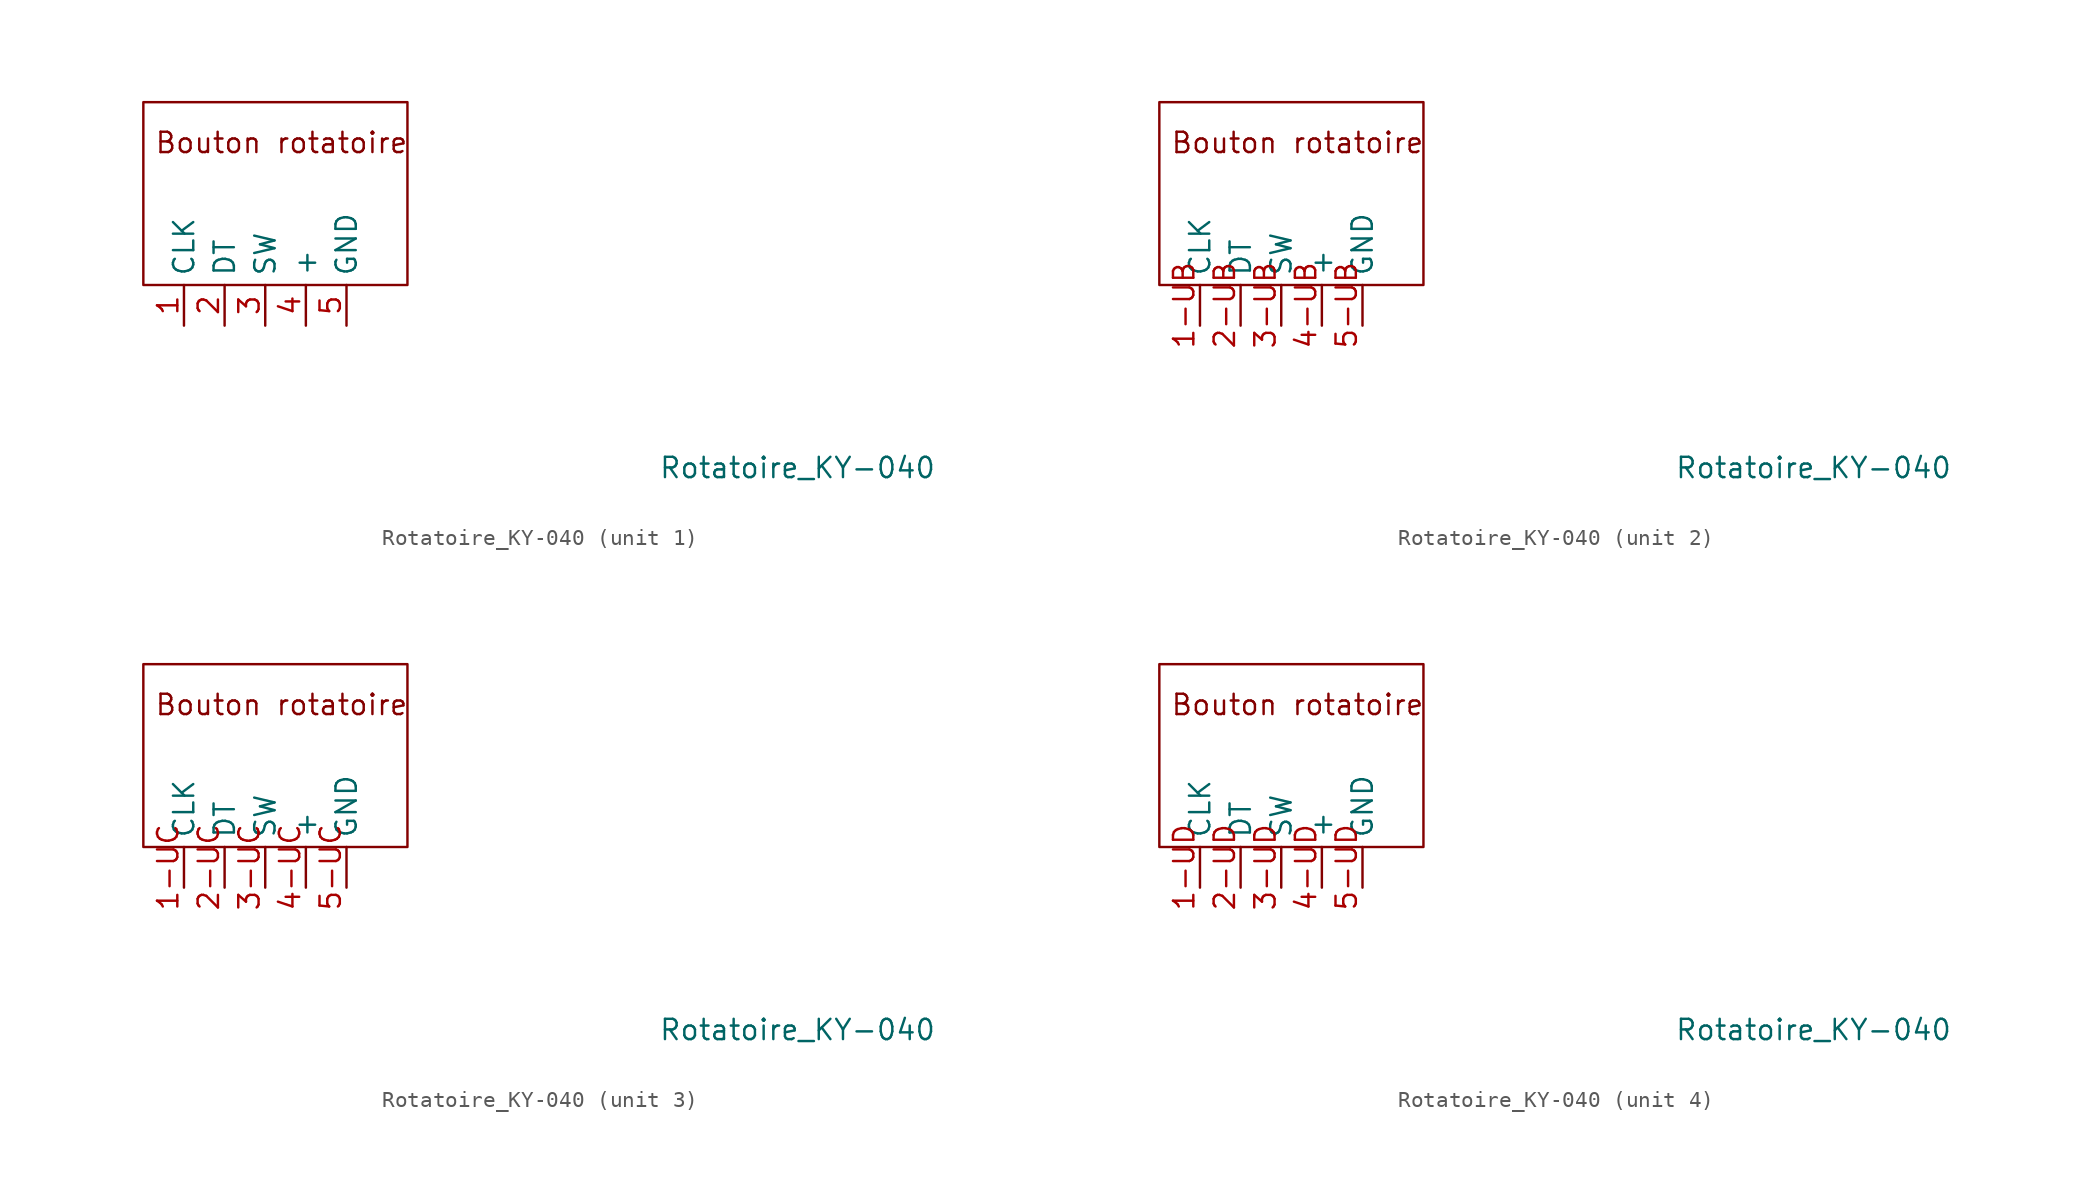
<source format=kicad_sym>
(kicad_symbol_lib
  (version 20241209)
  (generator "kicad_symbol_editor")
  (generator_version "9.0")
  (symbol "Rotatoire_KY-040"
    (property "Reference" ""
      (at 3.81 6.35 0)
      (effects (font (size 1.27 1.27)) (hide yes)))
    (property "Value" "Rotatoire_KY-040"
      (at 34.544 -20.32 0)
      (effects (font (size 1.27 1.27))))
    (symbol "Rotatoire_KY-040_0_1"
      (rectangle (start -6.35 2.54) (end 10.16 -8.89) (stroke (width 0) (type default)) (fill (type none)))
      (text "Bouton rotatoire" (at 2.286 0 0) (effects (font (size 1.27 1.27)))))
    (symbol "Rotatoire_KY-040_1_1"
      (pin input line (at -3.81 -11.43 90) (length 2.54) (name "CLK" (effects (font (size 1.27 1.27)))) (number "1" (effects (font (size 1.27 1.27)))))
      (pin input line (at -1.27 -11.43 90) (length 2.54) (name "DT" (effects (font (size 1.27 1.27)))) (number "2" (effects (font (size 1.27 1.27)))))
      (pin input line (at 1.27 -11.43 90) (length 2.54) (name "SW" (effects (font (size 1.27 1.27)))) (number "3" (effects (font (size 1.27 1.27)))))
      (pin input line (at 3.81 -11.43 90) (length 2.54) (name "+" (effects (font (size 1.27 1.27)))) (number "4" (effects (font (size 1.27 1.27)))))
      (pin input line (at 6.35 -11.43 90) (length 2.54) (name "GND" (effects (font (size 1.27 1.27)))) (number "5" (effects (font (size 1.27 1.27))))))
    (symbol "Rotatoire_KY-040_2_1"
      (pin input line (at -3.81 -11.43 90) (length 2.54) (name "CLK" (effects (font (size 1.27 1.27)))) (number "1-UB" (effects (font (size 1.27 1.27)))))
      (pin input line (at -1.27 -11.43 90) (length 2.54) (name "DT" (effects (font (size 1.27 1.27)))) (number "2-UB" (effects (font (size 1.27 1.27)))))
      (pin input line (at 1.27 -11.43 90) (length 2.54) (name "SW" (effects (font (size 1.27 1.27)))) (number "3-UB" (effects (font (size 1.27 1.27)))))
      (pin input line (at 3.81 -11.43 90) (length 2.54) (name "+" (effects (font (size 1.27 1.27)))) (number "4-UB" (effects (font (size 1.27 1.27)))))
      (pin input line (at 6.35 -11.43 90) (length 2.54) (name "GND" (effects (font (size 1.27 1.27)))) (number "5-UB" (effects (font (size 1.27 1.27))))))
    (symbol "Rotatoire_KY-040_3_1"
      (pin input line (at -3.81 -11.43 90) (length 2.54) (name "CLK" (effects (font (size 1.27 1.27)))) (number "1-UC" (effects (font (size 1.27 1.27)))))
      (pin input line (at -1.27 -11.43 90) (length 2.54) (name "DT" (effects (font (size 1.27 1.27)))) (number "2-UC" (effects (font (size 1.27 1.27)))))
      (pin input line (at 1.27 -11.43 90) (length 2.54) (name "SW" (effects (font (size 1.27 1.27)))) (number "3-UC" (effects (font (size 1.27 1.27)))))
      (pin input line (at 3.81 -11.43 90) (length 2.54) (name "+" (effects (font (size 1.27 1.27)))) (number "4-UC" (effects (font (size 1.27 1.27)))))
      (pin input line (at 6.35 -11.43 90) (length 2.54) (name "GND" (effects (font (size 1.27 1.27)))) (number "5-UC" (effects (font (size 1.27 1.27))))))
    (symbol "Rotatoire_KY-040_4_1"
      (pin input line (at -3.81 -11.43 90) (length 2.54) (name "CLK" (effects (font (size 1.27 1.27)))) (number "1-UD" (effects (font (size 1.27 1.27)))))
      (pin input line (at -1.27 -11.43 90) (length 2.54) (name "DT" (effects (font (size 1.27 1.27)))) (number "2-UD" (effects (font (size 1.27 1.27)))))
      (pin input line (at 1.27 -11.43 90) (length 2.54) (name "SW" (effects (font (size 1.27 1.27)))) (number "3-UD" (effects (font (size 1.27 1.27)))))
      (pin input line (at 3.81 -11.43 90) (length 2.54) (name "+" (effects (font (size 1.27 1.27)))) (number "4-UD" (effects (font (size 1.27 1.27)))))
      (pin input line (at 6.35 -11.43 90) (length 2.54) (name "GND" (effects (font (size 1.27 1.27)))) (number "5-UD" (effects (font (size 1.27 1.27))))))))
</source>
